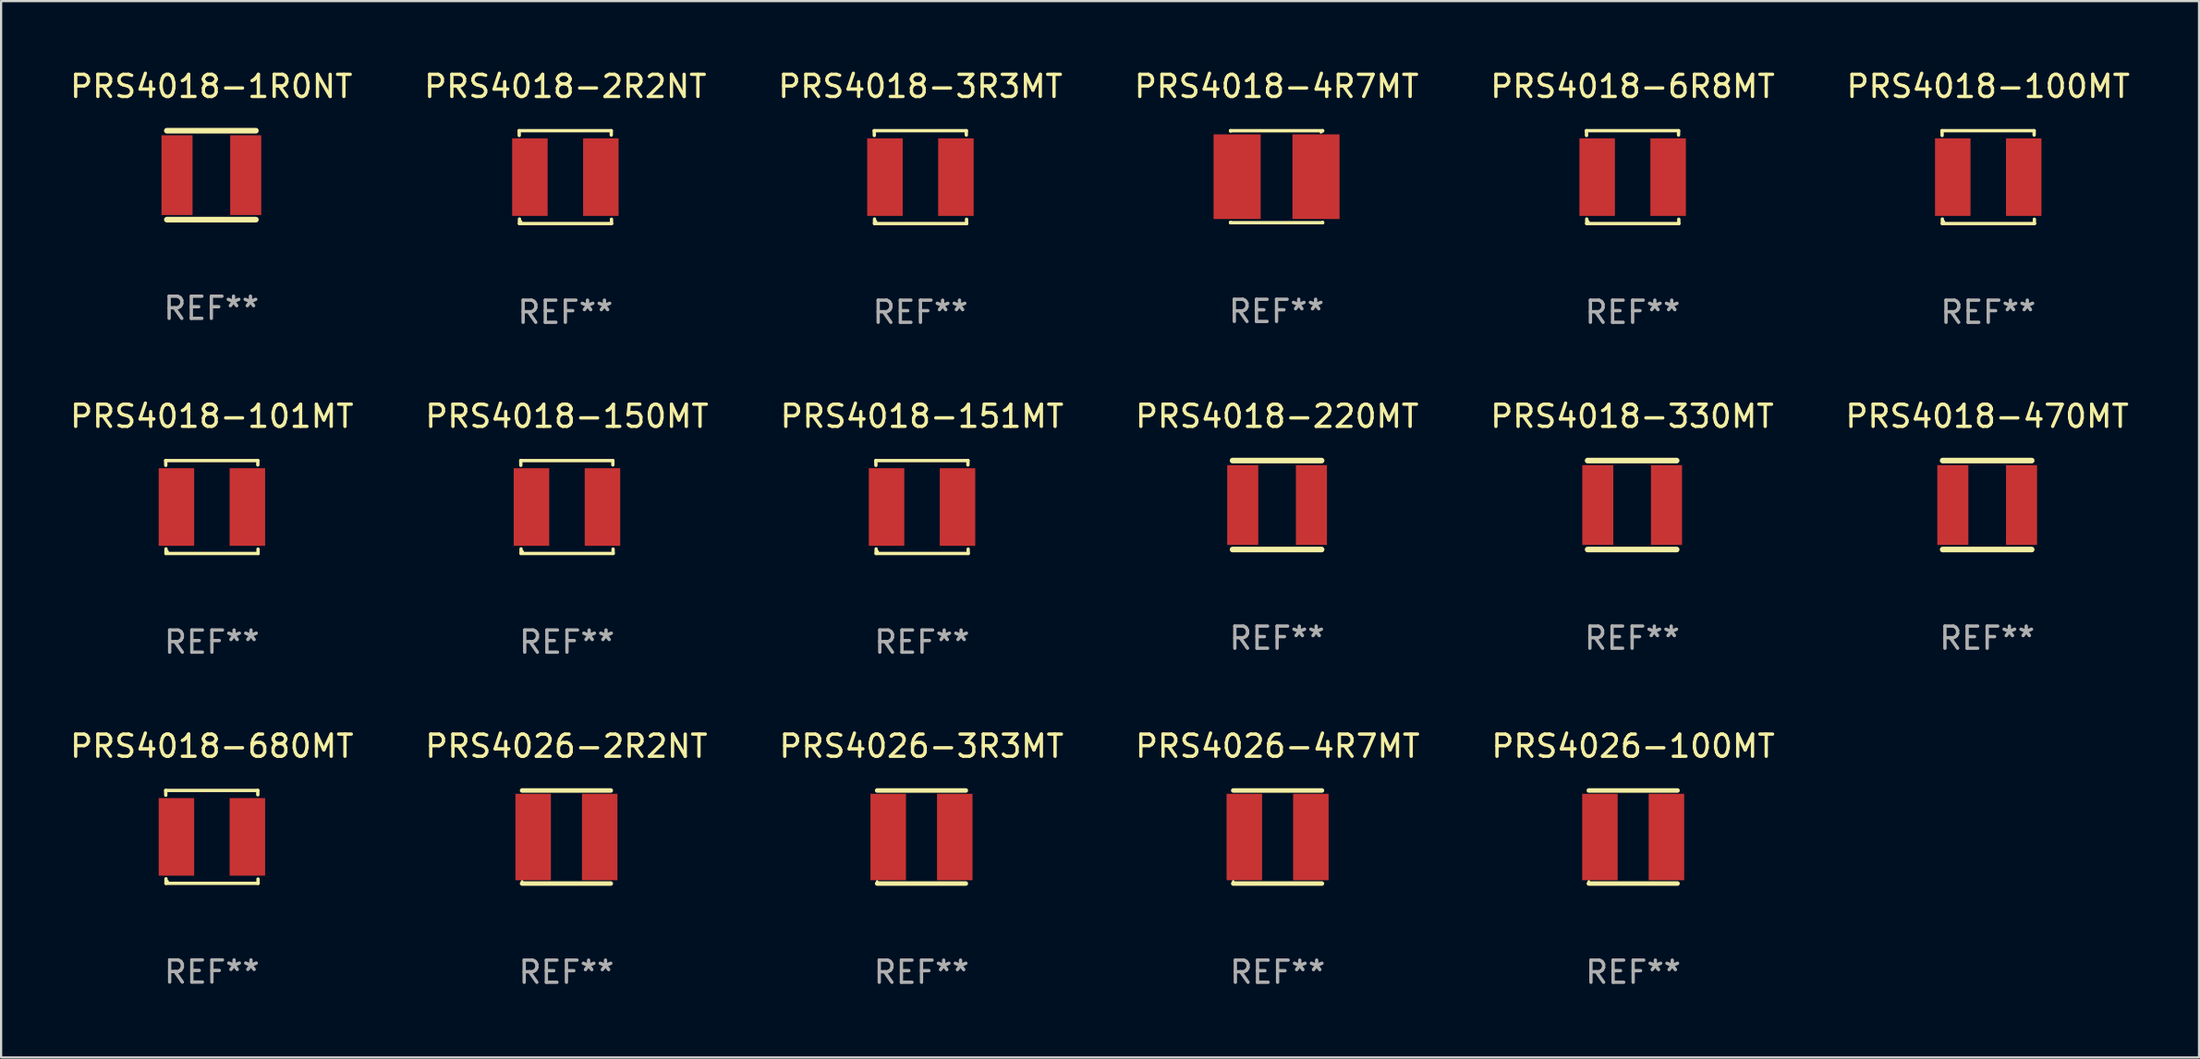
<source format=kicad_pcb>
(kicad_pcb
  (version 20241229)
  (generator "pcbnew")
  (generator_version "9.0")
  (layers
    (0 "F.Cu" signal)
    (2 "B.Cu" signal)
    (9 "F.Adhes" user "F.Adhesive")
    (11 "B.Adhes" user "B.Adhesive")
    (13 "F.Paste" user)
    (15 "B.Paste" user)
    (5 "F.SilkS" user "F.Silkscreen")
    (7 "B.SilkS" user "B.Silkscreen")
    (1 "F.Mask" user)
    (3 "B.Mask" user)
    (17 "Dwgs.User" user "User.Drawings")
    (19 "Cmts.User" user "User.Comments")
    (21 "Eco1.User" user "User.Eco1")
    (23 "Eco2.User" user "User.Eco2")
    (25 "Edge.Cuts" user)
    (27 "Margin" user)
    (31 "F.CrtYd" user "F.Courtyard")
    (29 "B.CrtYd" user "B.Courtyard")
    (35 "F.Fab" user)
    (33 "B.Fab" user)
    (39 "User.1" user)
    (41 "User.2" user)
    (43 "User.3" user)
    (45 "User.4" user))
  (footprint "PRS4018-470MT"
    (layer "F.Cu")
    (at 86.565 19.743)
    (property "Reference" "PRS4018-470MT" (at 0 -4.007 0) (layer "F.SilkS") (effects (font (size 1 1) (thickness 0.15))))
    (attr through_hole)
    (fp_line (start -2.007 -2.007) (end 2.007 -2.007) (stroke (width 0.254) (type solid)) (layer "F.SilkS"))
    (fp_line (start -2.007 2.007) (end 2.007 2.007) (stroke (width 0.254) (type solid)) (layer "F.SilkS"))
    (fp_circle (center -2 2) (end -1.97 2) (stroke (width 0.06) (type solid)) (fill no) (layer "F.SilkS"))
    (fp_text user "REF**" (at 0 6.007 0) (layer "F.Fab") (effects (font (size 1 1) (thickness 0.15))))
    (pad "1" smd rect (at -1.549 0) (size 1.4 3.6) (layers "F.Cu" "F.Mask" "F.Paste"))
    (pad "2" smd rect (at 1.549 0) (size 1.4 3.6) (layers "F.Cu" "F.Mask" "F.Paste")))
  (footprint "PRS4018-2R2NT"
    (layer "F.Cu")
    (at 22.446 4.944)
    (property "Reference" "PRS4018-2R2NT" (at 0 -4.096 0) (layer "F.SilkS") (effects (font (size 1 1) (thickness 0.15))))
    (attr through_hole)
    (fp_line (start -2.083 -2.096) (end -2.08 -1.88) (stroke (width 0.15) (type solid)) (layer "F.SilkS"))
    (fp_line (start -2.07 1.89) (end -2.07 2.096) (stroke (width 0.15) (type solid)) (layer "F.SilkS"))
    (fp_line (start -2.07 2.096) (end 2.083 2.096) (stroke (width 0.15) (type solid)) (layer "F.SilkS"))
    (fp_line (start 2.07 -1.9) (end 2.07 -2.096) (stroke (width 0.15) (type solid)) (layer "F.SilkS"))
    (fp_line (start 2.07 -2.096) (end -2.083 -2.096) (stroke (width 0.15) (type solid)) (layer "F.SilkS"))
    (fp_line (start 2.083 2.096) (end 2.08 1.9) (stroke (width 0.15) (type solid)) (layer "F.SilkS"))
    (fp_circle (center -2 2) (end -1.97 2) (stroke (width 0.06) (type solid)) (fill no) (layer "F.SilkS"))
    (fp_text user "REF**" (at 0 6.096 0) (layer "F.Fab") (effects (font (size 1 1) (thickness 0.15))))
    (pad "1" smd rect (at -1.6 -0.000343) (size 1.6 3.5) (layers "F.Cu" "F.Mask" "F.Paste"))
    (pad "2" smd rect (at 1.6 -0.000343) (size 1.6 3.5) (layers "F.Cu" "F.Mask" "F.Paste")))
  (footprint "PRS4018-330MT"
    (layer "F.Cu")
    (at 70.554 19.743)
    (property "Reference" "PRS4018-330MT" (at 0 -4.007 0) (layer "F.SilkS") (effects (font (size 1 1) (thickness 0.15))))
    (attr through_hole)
    (fp_line (start -2.007 -2.007) (end 2.007 -2.007) (stroke (width 0.254) (type solid)) (layer "F.SilkS"))
    (fp_line (start -2.007 2.007) (end 2.007 2.007) (stroke (width 0.254) (type solid)) (layer "F.SilkS"))
    (fp_circle (center -2 2) (end -1.97 2) (stroke (width 0.06) (type solid)) (fill no) (layer "F.SilkS"))
    (fp_text user "REF**" (at 0 6.007 0) (layer "F.Fab") (effects (font (size 1 1) (thickness 0.15))))
    (pad "1" smd rect (at -1.549 0) (size 1.4 3.6) (layers "F.Cu" "F.Mask" "F.Paste"))
    (pad "2" smd rect (at 1.549 0) (size 1.4 3.6) (layers "F.Cu" "F.Mask" "F.Paste")))
  (footprint "PRS4026-4R7MT"
    (layer "F.Cu")
    (at 54.565 34.725)
    (property "Reference" "PRS4026-4R7MT" (at 0 -4.1 0) (layer "F.SilkS") (effects (font (size 1 1) (thickness 0.15))))
    (attr through_hole)
    (fp_line (start -2 -2.1) (end 2 -2.1) (stroke (width 0.203) (type solid)) (layer "F.SilkS"))
    (fp_line (start -2 2.1) (end 2 2.1) (stroke (width 0.203) (type solid)) (layer "F.SilkS"))
    (fp_circle (center -2 2.003) (end -1.97 2.003) (stroke (width 0.06) (type solid)) (fill no) (layer "F.SilkS"))
    (fp_text user "REF**" (at 0 6.1 0) (layer "F.Fab") (effects (font (size 1 1) (thickness 0.15))))
    (pad "1" smd rect (at -1.5 0) (size 1.6 3.9) (layers "F.Cu" "F.Mask" "F.Paste"))
    (pad "2" smd rect (at 1.5 0) (size 1.6 3.9) (layers "F.Cu" "F.Mask" "F.Paste")))
  (footprint "PRS4026-2R2NT"
    (layer "F.Cu")
    (at 22.494 34.725)
    (property "Reference" "PRS4026-2R2NT" (at 0 -4.1 0) (layer "F.SilkS") (effects (font (size 1 1) (thickness 0.15))))
    (attr through_hole)
    (fp_line (start -2 -2.1) (end 2 -2.1) (stroke (width 0.203) (type solid)) (layer "F.SilkS"))
    (fp_line (start -2 2.1) (end 2 2.1) (stroke (width 0.203) (type solid)) (layer "F.SilkS"))
    (fp_circle (center -2 2.003) (end -1.97 2.003) (stroke (width 0.06) (type solid)) (fill no) (layer "F.SilkS"))
    (fp_text user "REF**" (at 0 6.1 0) (layer "F.Fab") (effects (font (size 1 1) (thickness 0.15))))
    (pad "1" smd rect (at -1.5 0) (size 1.6 3.9) (layers "F.Cu" "F.Mask" "F.Paste"))
    (pad "2" smd rect (at 1.5 0) (size 1.6 3.9) (layers "F.Cu" "F.Mask" "F.Paste")))
  (footprint "PRS4018-3R3MT"
    (layer "F.Cu")
    (at 38.458 4.944)
    (property "Reference" "PRS4018-3R3MT" (at 0 -4.096 0) (layer "F.SilkS") (effects (font (size 1 1) (thickness 0.15))))
    (attr through_hole)
    (fp_line (start -2.083 -2.096) (end -2.08 -1.88) (stroke (width 0.15) (type solid)) (layer "F.SilkS"))
    (fp_line (start -2.07 1.89) (end -2.07 2.096) (stroke (width 0.15) (type solid)) (layer "F.SilkS"))
    (fp_line (start -2.07 2.096) (end 2.083 2.096) (stroke (width 0.15) (type solid)) (layer "F.SilkS"))
    (fp_line (start 2.07 -1.9) (end 2.07 -2.096) (stroke (width 0.15) (type solid)) (layer "F.SilkS"))
    (fp_line (start 2.07 -2.096) (end -2.083 -2.096) (stroke (width 0.15) (type solid)) (layer "F.SilkS"))
    (fp_line (start 2.083 2.096) (end 2.08 1.9) (stroke (width 0.15) (type solid)) (layer "F.SilkS"))
    (fp_circle (center -2 2) (end -1.97 2) (stroke (width 0.06) (type solid)) (fill no) (layer "F.SilkS"))
    (fp_text user "REF**" (at 0 6.096 0) (layer "F.Fab") (effects (font (size 1 1) (thickness 0.15))))
    (pad "1" smd rect (at -1.6 -0.000343) (size 1.6 3.5) (layers "F.Cu" "F.Mask" "F.Paste"))
    (pad "2" smd rect (at 1.6 -0.000343) (size 1.6 3.5) (layers "F.Cu" "F.Mask" "F.Paste")))
  (footprint "PRS4026-100MT"
    (layer "F.Cu")
    (at 70.601 34.725)
    (property "Reference" "PRS4026-100MT" (at 0 -4.1 0) (layer "F.SilkS") (effects (font (size 1 1) (thickness 0.15))))
    (attr through_hole)
    (fp_line (start -2 -2.1) (end 2 -2.1) (stroke (width 0.203) (type solid)) (layer "F.SilkS"))
    (fp_line (start -2 2.1) (end 2 2.1) (stroke (width 0.203) (type solid)) (layer "F.SilkS"))
    (fp_circle (center -2 2.003) (end -1.97 2.003) (stroke (width 0.06) (type solid)) (fill no) (layer "F.SilkS"))
    (fp_text user "REF**" (at 0 6.1 0) (layer "F.Fab") (effects (font (size 1 1) (thickness 0.15))))
    (pad "1" smd rect (at -1.5 0) (size 1.6 3.9) (layers "F.Cu" "F.Mask" "F.Paste"))
    (pad "2" smd rect (at 1.5 0) (size 1.6 3.9) (layers "F.Cu" "F.Mask" "F.Paste")))
  (footprint "PRS4018-6R8MT"
    (layer "F.Cu")
    (at 70.577 4.944)
    (property "Reference" "PRS4018-6R8MT" (at 0 -4.096 0) (layer "F.SilkS") (effects (font (size 1 1) (thickness 0.15))))
    (attr through_hole)
    (fp_line (start -2.083 -2.096) (end -2.08 -1.88) (stroke (width 0.15) (type solid)) (layer "F.SilkS"))
    (fp_line (start -2.07 1.89) (end -2.07 2.096) (stroke (width 0.15) (type solid)) (layer "F.SilkS"))
    (fp_line (start -2.07 2.096) (end 2.083 2.096) (stroke (width 0.15) (type solid)) (layer "F.SilkS"))
    (fp_line (start 2.07 -1.9) (end 2.07 -2.096) (stroke (width 0.15) (type solid)) (layer "F.SilkS"))
    (fp_line (start 2.07 -2.096) (end -2.083 -2.096) (stroke (width 0.15) (type solid)) (layer "F.SilkS"))
    (fp_line (start 2.083 2.096) (end 2.08 1.9) (stroke (width 0.15) (type solid)) (layer "F.SilkS"))
    (fp_circle (center -2 2) (end -1.97 2) (stroke (width 0.06) (type solid)) (fill no) (layer "F.SilkS"))
    (fp_text user "REF**" (at 0 6.096 0) (layer "F.Fab") (effects (font (size 1 1) (thickness 0.15))))
    (pad "1" smd rect (at -1.6 -0.000343) (size 1.6 3.5) (layers "F.Cu" "F.Mask" "F.Paste"))
    (pad "2" smd rect (at 1.6 -0.000343) (size 1.6 3.5) (layers "F.Cu" "F.Mask" "F.Paste")))
  (footprint "PRS4018-680MT"
    (layer "F.Cu")
    (at 6.506 34.72)
    (property "Reference" "PRS4018-680MT" (at 0 -4.096 0) (layer "F.SilkS") (effects (font (size 1 1) (thickness 0.15))))
    (attr through_hole)
    (fp_line (start -2.083 -2.096) (end -2.08 -1.88) (stroke (width 0.15) (type solid)) (layer "F.SilkS"))
    (fp_line (start -2.07 1.89) (end -2.07 2.096) (stroke (width 0.15) (type solid)) (layer "F.SilkS"))
    (fp_line (start -2.07 2.096) (end 2.083 2.096) (stroke (width 0.15) (type solid)) (layer "F.SilkS"))
    (fp_line (start 2.07 -1.9) (end 2.07 -2.096) (stroke (width 0.15) (type solid)) (layer "F.SilkS"))
    (fp_line (start 2.07 -2.096) (end -2.083 -2.096) (stroke (width 0.15) (type solid)) (layer "F.SilkS"))
    (fp_line (start 2.083 2.096) (end 2.08 1.9) (stroke (width 0.15) (type solid)) (layer "F.SilkS"))
    (fp_circle (center -2 2) (end -1.97 2) (stroke (width 0.06) (type solid)) (fill no) (layer "F.SilkS"))
    (fp_text user "REF**" (at 0 6.096 0) (layer "F.Fab") (effects (font (size 1 1) (thickness 0.15))))
    (pad "1" smd rect (at -1.6 -0.000343) (size 1.6 3.5) (layers "F.Cu" "F.Mask" "F.Paste"))
    (pad "2" smd rect (at 1.6 -0.000343) (size 1.6 3.5) (layers "F.Cu" "F.Mask" "F.Paste")))
  (footprint "PRS4018-220MT"
    (layer "F.Cu")
    (at 54.542 19.743)
    (property "Reference" "PRS4018-220MT" (at 0 -4.007 0) (layer "F.SilkS") (effects (font (size 1 1) (thickness 0.15))))
    (attr through_hole)
    (fp_line (start -2.007 -2.007) (end 2.007 -2.007) (stroke (width 0.254) (type solid)) (layer "F.SilkS"))
    (fp_line (start -2.007 2.007) (end 2.007 2.007) (stroke (width 0.254) (type solid)) (layer "F.SilkS"))
    (fp_circle (center -2 2) (end -1.97 2) (stroke (width 0.06) (type solid)) (fill no) (layer "F.SilkS"))
    (fp_text user "REF**" (at 0 6.007 0) (layer "F.Fab") (effects (font (size 1 1) (thickness 0.15))))
    (pad "1" smd rect (at -1.549 0) (size 1.4 3.6) (layers "F.Cu" "F.Mask" "F.Paste"))
    (pad "2" smd rect (at 1.549 0) (size 1.4 3.6) (layers "F.Cu" "F.Mask" "F.Paste")))
  (footprint "PRS4018-101MT"
    (layer "F.Cu")
    (at 6.506 19.832)
    (property "Reference" "PRS4018-101MT" (at 0 -4.096 0) (layer "F.SilkS") (effects (font (size 1 1) (thickness 0.15))))
    (attr through_hole)
    (fp_line (start -2.083 -2.096) (end -2.08 -1.88) (stroke (width 0.15) (type solid)) (layer "F.SilkS"))
    (fp_line (start -2.07 1.89) (end -2.07 2.096) (stroke (width 0.15) (type solid)) (layer "F.SilkS"))
    (fp_line (start -2.07 2.096) (end 2.083 2.096) (stroke (width 0.15) (type solid)) (layer "F.SilkS"))
    (fp_line (start 2.07 -1.9) (end 2.07 -2.096) (stroke (width 0.15) (type solid)) (layer "F.SilkS"))
    (fp_line (start 2.07 -2.096) (end -2.083 -2.096) (stroke (width 0.15) (type solid)) (layer "F.SilkS"))
    (fp_line (start 2.083 2.096) (end 2.08 1.9) (stroke (width 0.15) (type solid)) (layer "F.SilkS"))
    (fp_circle (center -2 2) (end -1.97 2) (stroke (width 0.06) (type solid)) (fill no) (layer "F.SilkS"))
    (fp_text user "REF**" (at 0 6.096 0) (layer "F.Fab") (effects (font (size 1 1) (thickness 0.15))))
    (pad "1" smd rect (at -1.6 -0.000343) (size 1.6 3.5) (layers "F.Cu" "F.Mask" "F.Paste"))
    (pad "2" smd rect (at 1.6 -0.000343) (size 1.6 3.5) (layers "F.Cu" "F.Mask" "F.Paste")))
  (footprint "PRS4018-1R0NT"
    (layer "F.Cu")
    (at 6.482 4.855)
    (property "Reference" "PRS4018-1R0NT" (at 0 -4.007 0) (layer "F.SilkS") (effects (font (size 1 1) (thickness 0.15))))
    (attr through_hole)
    (fp_line (start -2.007 -2.007) (end 2.007 -2.007) (stroke (width 0.254) (type solid)) (layer "F.SilkS"))
    (fp_line (start -2.007 2.007) (end 2.007 2.007) (stroke (width 0.254) (type solid)) (layer "F.SilkS"))
    (fp_circle (center -2 2) (end -1.97 2) (stroke (width 0.06) (type solid)) (fill no) (layer "F.SilkS"))
    (fp_text user "REF**" (at 0 6.007 0) (layer "F.Fab") (effects (font (size 1 1) (thickness 0.15))))
    (pad "1" smd rect (at -1.549 0) (size 1.4 3.6) (layers "F.Cu" "F.Mask" "F.Paste"))
    (pad "2" smd rect (at 1.549 0) (size 1.4 3.6) (layers "F.Cu" "F.Mask" "F.Paste")))
  (footprint "PRS4026-3R3MT"
    (layer "F.Cu")
    (at 38.506 34.725)
    (property "Reference" "PRS4026-3R3MT" (at 0 -4.1 0) (layer "F.SilkS") (effects (font (size 1 1) (thickness 0.15))))
    (attr through_hole)
    (fp_line (start -2 -2.1) (end 2 -2.1) (stroke (width 0.203) (type solid)) (layer "F.SilkS"))
    (fp_line (start -2 2.1) (end 2 2.1) (stroke (width 0.203) (type solid)) (layer "F.SilkS"))
    (fp_circle (center -2 2.003) (end -1.97 2.003) (stroke (width 0.06) (type solid)) (fill no) (layer "F.SilkS"))
    (fp_text user "REF**" (at 0 6.1 0) (layer "F.Fab") (effects (font (size 1 1) (thickness 0.15))))
    (pad "1" smd rect (at -1.5 0) (size 1.6 3.9) (layers "F.Cu" "F.Mask" "F.Paste"))
    (pad "2" smd rect (at 1.5 0) (size 1.6 3.9) (layers "F.Cu" "F.Mask" "F.Paste")))
  (footprint "PRS4018-100MT"
    (layer "F.Cu")
    (at 86.613 4.944)
    (property "Reference" "PRS4018-100MT" (at 0 -4.096 0) (layer "F.SilkS") (effects (font (size 1 1) (thickness 0.15))))
    (attr through_hole)
    (fp_line (start -2.083 -2.096) (end -2.08 -1.88) (stroke (width 0.15) (type solid)) (layer "F.SilkS"))
    (fp_line (start -2.07 1.89) (end -2.07 2.096) (stroke (width 0.15) (type solid)) (layer "F.SilkS"))
    (fp_line (start -2.07 2.096) (end 2.083 2.096) (stroke (width 0.15) (type solid)) (layer "F.SilkS"))
    (fp_line (start 2.07 -1.9) (end 2.07 -2.096) (stroke (width 0.15) (type solid)) (layer "F.SilkS"))
    (fp_line (start 2.07 -2.096) (end -2.083 -2.096) (stroke (width 0.15) (type solid)) (layer "F.SilkS"))
    (fp_line (start 2.083 2.096) (end 2.08 1.9) (stroke (width 0.15) (type solid)) (layer "F.SilkS"))
    (fp_circle (center -2 2) (end -1.97 2) (stroke (width 0.06) (type solid)) (fill no) (layer "F.SilkS"))
    (fp_text user "REF**" (at 0 6.096 0) (layer "F.Fab") (effects (font (size 1 1) (thickness 0.15))))
    (pad "1" smd rect (at -1.6 -0.000343) (size 1.6 3.5) (layers "F.Cu" "F.Mask" "F.Paste"))
    (pad "2" smd rect (at 1.6 -0.000343) (size 1.6 3.5) (layers "F.Cu" "F.Mask" "F.Paste")))
  (footprint "PRS4018-150MT"
    (layer "F.Cu")
    (at 22.518 19.832)
    (property "Reference" "PRS4018-150MT" (at 0 -4.096 0) (layer "F.SilkS") (effects (font (size 1 1) (thickness 0.15))))
    (attr through_hole)
    (fp_line (start -2.083 -2.096) (end -2.08 -1.88) (stroke (width 0.15) (type solid)) (layer "F.SilkS"))
    (fp_line (start -2.07 1.89) (end -2.07 2.096) (stroke (width 0.15) (type solid)) (layer "F.SilkS"))
    (fp_line (start -2.07 2.096) (end 2.083 2.096) (stroke (width 0.15) (type solid)) (layer "F.SilkS"))
    (fp_line (start 2.07 -1.9) (end 2.07 -2.096) (stroke (width 0.15) (type solid)) (layer "F.SilkS"))
    (fp_line (start 2.07 -2.096) (end -2.083 -2.096) (stroke (width 0.15) (type solid)) (layer "F.SilkS"))
    (fp_line (start 2.083 2.096) (end 2.08 1.9) (stroke (width 0.15) (type solid)) (layer "F.SilkS"))
    (fp_circle (center -2 2) (end -1.97 2) (stroke (width 0.06) (type solid)) (fill no) (layer "F.SilkS"))
    (fp_text user "REF**" (at 0 6.096 0) (layer "F.Fab") (effects (font (size 1 1) (thickness 0.15))))
    (pad "1" smd rect (at -1.6 -0.000343) (size 1.6 3.5) (layers "F.Cu" "F.Mask" "F.Paste"))
    (pad "2" smd rect (at 1.6 -0.000343) (size 1.6 3.5) (layers "F.Cu" "F.Mask" "F.Paste")))
  (footprint "PRS4018-151MT"
    (layer "F.Cu")
    (at 38.53 19.832)
    (property "Reference" "PRS4018-151MT" (at 0 -4.096 0) (layer "F.SilkS") (effects (font (size 1 1) (thickness 0.15))))
    (attr through_hole)
    (fp_line (start -2.083 -2.096) (end -2.08 -1.88) (stroke (width 0.15) (type solid)) (layer "F.SilkS"))
    (fp_line (start -2.07 1.89) (end -2.07 2.096) (stroke (width 0.15) (type solid)) (layer "F.SilkS"))
    (fp_line (start -2.07 2.096) (end 2.083 2.096) (stroke (width 0.15) (type solid)) (layer "F.SilkS"))
    (fp_line (start 2.07 -1.9) (end 2.07 -2.096) (stroke (width 0.15) (type solid)) (layer "F.SilkS"))
    (fp_line (start 2.07 -2.096) (end -2.083 -2.096) (stroke (width 0.15) (type solid)) (layer "F.SilkS"))
    (fp_line (start 2.083 2.096) (end 2.08 1.9) (stroke (width 0.15) (type solid)) (layer "F.SilkS"))
    (fp_circle (center -2 2) (end -1.97 2) (stroke (width 0.06) (type solid)) (fill no) (layer "F.SilkS"))
    (fp_text user "REF**" (at 0 6.096 0) (layer "F.Fab") (effects (font (size 1 1) (thickness 0.15))))
    (pad "1" smd rect (at -1.6 -0.000343) (size 1.6 3.5) (layers "F.Cu" "F.Mask" "F.Paste"))
    (pad "2" smd rect (at 1.6 -0.000343) (size 1.6 3.5) (layers "F.Cu" "F.Mask" "F.Paste")))
  (footprint "PRS4018-4R7MT"
    (layer "F.Cu")
    (at 54.518 4.924)
    (property "Reference" "PRS4018-4R7MT" (at 0 -4.076 0) (layer "F.SilkS") (effects (font (size 1 1) (thickness 0.15))))
    (attr through_hole)
    (fp_line (start -2.076 -2.076) (end 2.076 -2.076) (stroke (width 0.152) (type solid)) (layer "F.SilkS"))
    (fp_line (start -2.076 -2.062) (end -2.076 -2.076) (stroke (width 0.152) (type solid)) (layer "F.SilkS"))
    (fp_line (start -2.076 2.062) (end -2.076 2.076) (stroke (width 0.152) (type solid)) (layer "F.SilkS"))
    (fp_line (start -2.076 2.076) (end 2.076 2.076) (stroke (width 0.152) (type solid)) (layer "F.SilkS"))
    (fp_line (start 2.076 -2.076) (end 2.076 -2.062) (stroke (width 0.152) (type solid)) (layer "F.SilkS"))
    (fp_line (start 2.076 2.076) (end 2.076 2.062) (stroke (width 0.152) (type solid)) (layer "F.SilkS"))
    (fp_circle (center 2 -2) (end 2.03 -2) (stroke (width 0.06) (type solid)) (fill no) (layer "F.SilkS"))
    (fp_text user "REF**" (at 0 6.076 0) (layer "F.Fab") (effects (font (size 1 1) (thickness 0.15))))
    (pad "1" smd rect (at 1.778 0) (size 2.124 3.82) (layers "F.Cu" "F.Mask" "F.Paste"))
    (pad "2" smd rect (at -1.778 0) (size 2.124 3.82) (layers "F.Cu" "F.Mask" "F.Paste")))
  (gr_rect
    (start -3 -3)
    (end 96.119 44.673)
    (stroke (width 0.1) (type default))
    (fill no)
    (layer "Edge.Cuts")))
</source>
